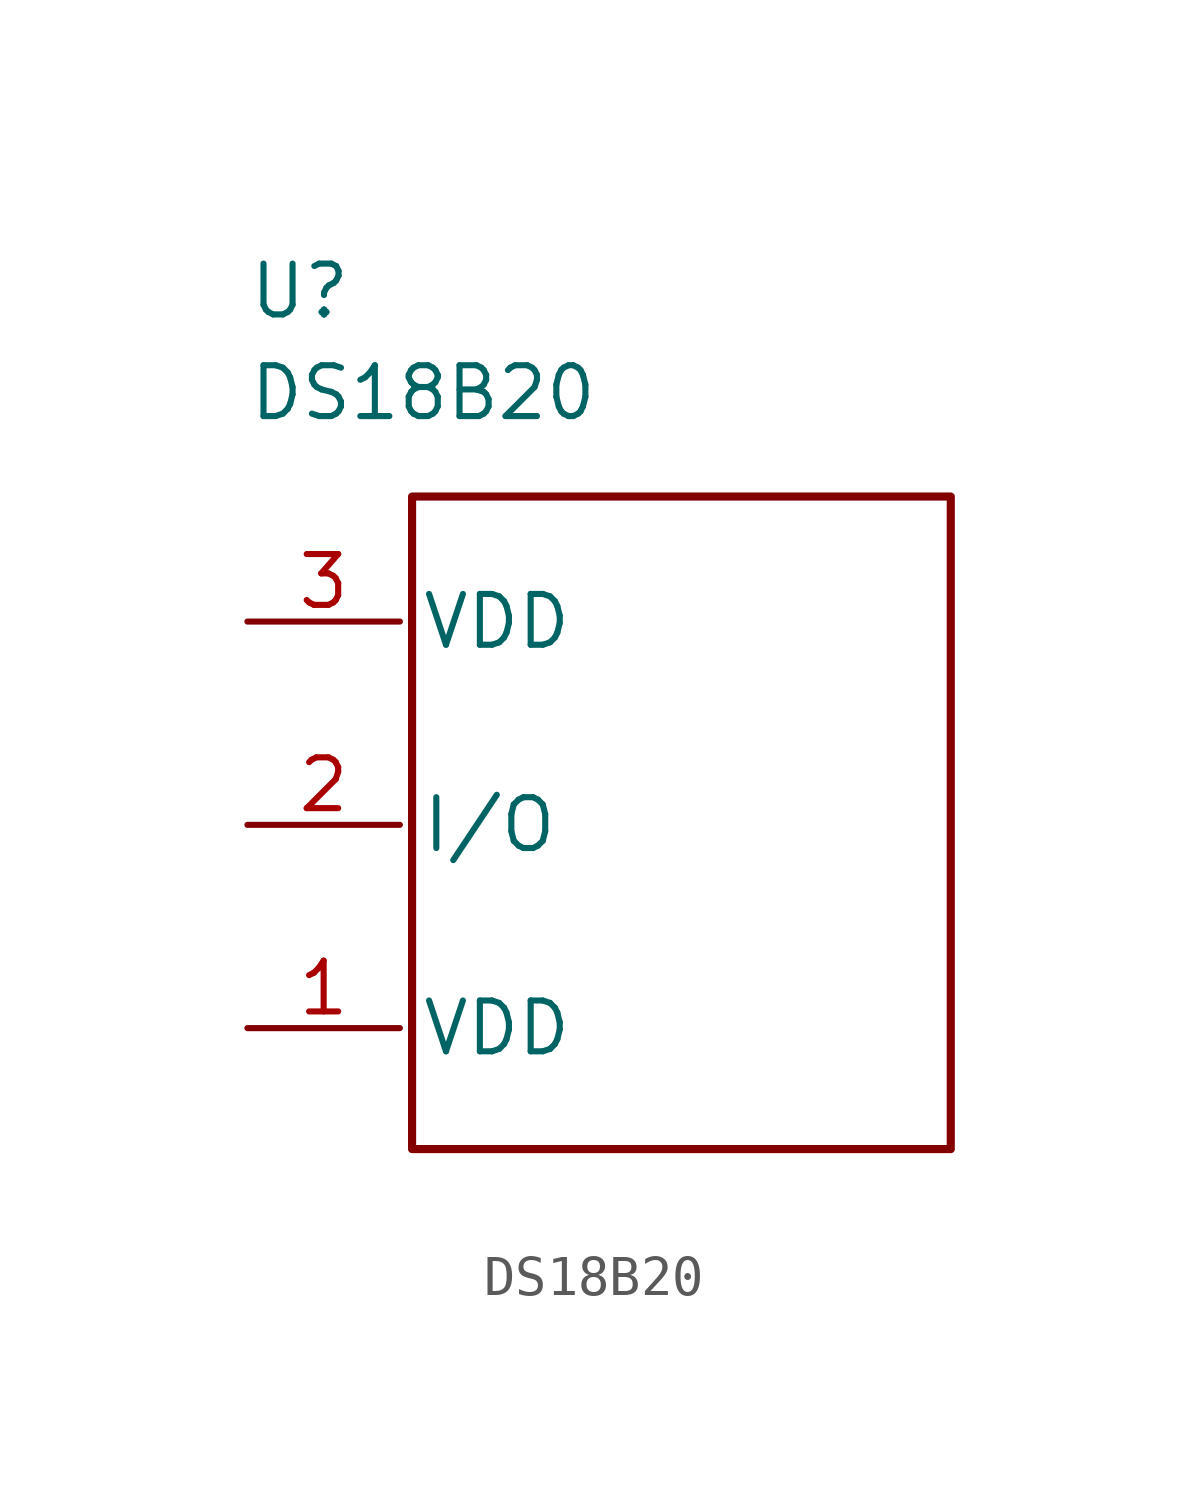
<source format=kicad_sym>
(kicad_symbol_lib
  (version 20211014)
  (generator kicad_symbol_editor)
  (symbol "DS18B20"
    (property "Reference" "U"
      (at -8.89 13.335 0)
      (effects (font (size 1.27 1.27)) (justify left)))
    (property "Value" "DS18B20"
      (at -8.89 10.795 0)
      (effects (font (size 1.27 1.27)) (justify left)))
    (property "ki_locked" ""
      (at 0 0 0)
      (effects (font (size 1.27 1.27))))
    (symbol "DS18B20_0_0"
      (rectangle (start -4.775 8.204) (end 8.687 -8.103) (stroke (width 0.203) (type default) (color 0 0 0 0)) (fill (type none))))
    (symbol "DS18B20_1_0"
      (pin unspecified line (at -8.89 -5.08 0) (length 3.81) (name "VDD" (effects (font (size 1.27 1.27)))) (number "1" (effects (font (size 1.27 1.27)))))
      (pin unspecified line (at -8.89 0 0) (length 3.81) (name "I/O" (effects (font (size 1.27 1.27)))) (number "2" (effects (font (size 1.27 1.27)))))
      (pin unspecified line (at -8.89 5.08 0) (length 3.81) (name "VDD" (effects (font (size 1.27 1.27)))) (number "3" (effects (font (size 1.27 1.27))))))))
</source>
